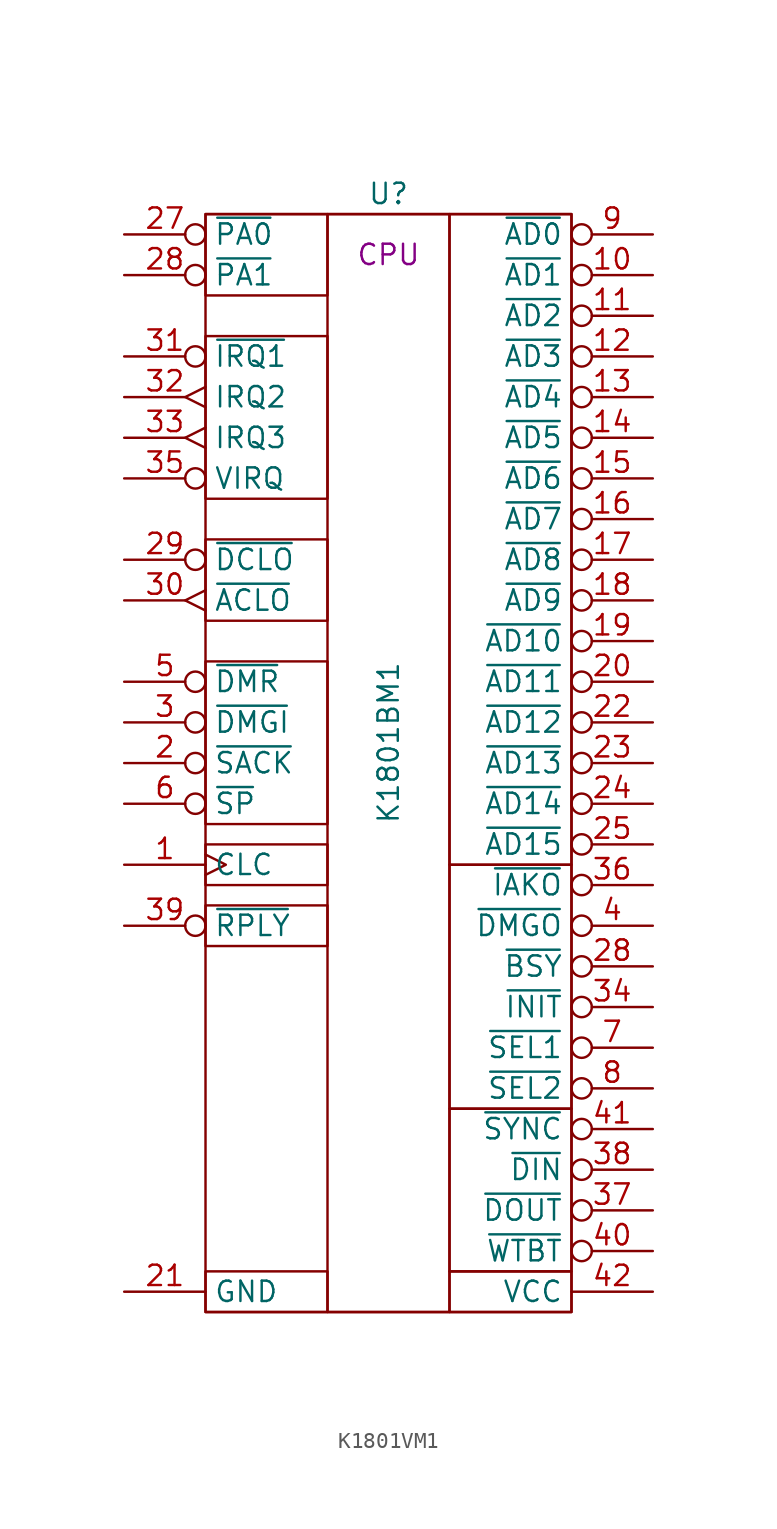
<source format=kicad_sym>
(kicad_symbol_lib
  (version 20220914)
  (generator kicad_symbol_editor)
  (symbol "K1801VM1"
    (property "Reference" "U"
      (at 0 0 0)
      (effects (font (size 1.27 1.27))))
    (property "Value" "К1801ВМ1"
      (at 0 -34.29 90)
      (do_not_autoplace)
      (effects (font (size 1.27 1.27))))
    (property "Class" "CPU"
      (at 0 -3.81 0)
      (do_not_autoplace)
      (effects (font (size 1.27 1.27))))
    (symbol "K1801VM1_0_1"
      (rectangle (start -11.43 -67.31) (end -3.81 -69.85) (stroke (width 0) (type default)) (fill (type none)))
      (rectangle (start -11.43 -44.45) (end -3.81 -46.99) (stroke (width 0) (type default)) (fill (type none)))
      (rectangle (start -11.43 -40.64) (end -3.81 -43.18) (stroke (width 0) (type default)) (fill (type none)))
      (rectangle (start -11.43 -29.21) (end -3.81 -39.37) (stroke (width 0) (type default)) (fill (type none)))
      (rectangle (start -11.43 -21.59) (end -3.81 -26.67) (stroke (width 0) (type default)) (fill (type none)))
      (rectangle (start -11.43 -8.89) (end -3.81 -19.05) (stroke (width 0) (type default)) (fill (type none)))
      (rectangle (start -11.43 -1.27) (end -3.81 -6.35) (stroke (width 0) (type default)) (fill (type none)))
      (rectangle (start -11.43 -1.27) (end 11.43 -69.85) (stroke (width 0) (type default)) (fill (type none)))
      (rectangle (start -3.81 -1.27) (end 3.81 -69.85) (stroke (width 0) (type default)) (fill (type none)))
      (rectangle (start 3.81 -67.31) (end 11.43 -69.85) (stroke (width 0) (type default)) (fill (type none)))
      (rectangle (start 3.81 -57.15) (end 11.43 -67.31) (stroke (width 0) (type default)) (fill (type none)))
      (rectangle (start 3.81 -41.91) (end 11.43 -57.15) (stroke (width 0) (type default)) (fill (type none)))
      (rectangle (start 3.81 -1.27) (end 11.43 -41.91) (stroke (width 0) (type default)) (fill (type none))))
    (symbol "K1801VM1_1_0"
      (pin input clock (at -16.51 -41.91 0) (length 5.08) (name "CLC" (effects (font (size 1.27 1.27)))) (number "1" (effects (font (size 1.27 1.27)))))
      (pin bidirectional inverted (at 16.51 -5.08 180) (length 5.08) (name "~{AD1}" (effects (font (size 1.27 1.27)))) (number "10" (effects (font (size 1.27 1.27)))))
      (pin bidirectional inverted (at 16.51 -7.62 180) (length 5.08) (name "~{AD2}" (effects (font (size 1.27 1.27)))) (number "11" (effects (font (size 1.27 1.27)))))
      (pin bidirectional inverted (at 16.51 -10.16 180) (length 5.08) (name "~{AD3}" (effects (font (size 1.27 1.27)))) (number "12" (effects (font (size 1.27 1.27)))))
      (pin bidirectional inverted (at 16.51 -12.7 180) (length 5.08) (name "~{AD4}" (effects (font (size 1.27 1.27)))) (number "13" (effects (font (size 1.27 1.27)))))
      (pin bidirectional inverted (at 16.51 -15.24 180) (length 5.08) (name "~{AD5}" (effects (font (size 1.27 1.27)))) (number "14" (effects (font (size 1.27 1.27)))))
      (pin bidirectional inverted (at 16.51 -17.78 180) (length 5.08) (name "~{AD6}" (effects (font (size 1.27 1.27)))) (number "15" (effects (font (size 1.27 1.27)))))
      (pin bidirectional inverted (at 16.51 -20.32 180) (length 5.08) (name "~{AD7}" (effects (font (size 1.27 1.27)))) (number "16" (effects (font (size 1.27 1.27)))))
      (pin bidirectional inverted (at 16.51 -22.86 180) (length 5.08) (name "~{AD8}" (effects (font (size 1.27 1.27)))) (number "17" (effects (font (size 1.27 1.27)))))
      (pin bidirectional inverted (at 16.51 -25.4 180) (length 5.08) (name "~{AD9}" (effects (font (size 1.27 1.27)))) (number "18" (effects (font (size 1.27 1.27)))))
      (pin bidirectional inverted (at 16.51 -27.94 180) (length 5.08) (name "~{AD10}" (effects (font (size 1.27 1.27)))) (number "19" (effects (font (size 1.27 1.27)))))
      (pin input inverted (at -16.51 -35.56 0) (length 5.08) (name "~{SACK}" (effects (font (size 1.27 1.27)))) (number "2" (effects (font (size 1.27 1.27)))))
      (pin bidirectional inverted (at 16.51 -30.48 180) (length 5.08) (name "~{AD11}" (effects (font (size 1.27 1.27)))) (number "20" (effects (font (size 1.27 1.27)))))
      (pin power_out line (at -16.51 -68.58 0) (length 5.08) (name "GND" (effects (font (size 1.27 1.27)))) (number "21" (effects (font (size 1.27 1.27)))))
      (pin bidirectional inverted (at 16.51 -33.02 180) (length 5.08) (name "~{AD12}" (effects (font (size 1.27 1.27)))) (number "22" (effects (font (size 1.27 1.27)))))
      (pin bidirectional inverted (at 16.51 -35.56 180) (length 5.08) (name "~{AD13}" (effects (font (size 1.27 1.27)))) (number "23" (effects (font (size 1.27 1.27)))))
      (pin bidirectional inverted (at 16.51 -38.1 180) (length 5.08) (name "~{AD14}" (effects (font (size 1.27 1.27)))) (number "24" (effects (font (size 1.27 1.27)))))
      (pin bidirectional inverted (at 16.51 -40.64 180) (length 5.08) (name "~{AD15}" (effects (font (size 1.27 1.27)))) (number "25" (effects (font (size 1.27 1.27)))))
      (pin open_collector inverted (at 16.51 -48.26 180) (length 5.08) (name "~{BSY}" (effects (font (size 1.27 1.27)))) (number "28" (effects (font (size 1.27 1.27)))))
      (pin input inverted (at -16.51 -5.08 0) (length 5.08) (name "~{PA1}" (effects (font (size 1.27 1.27)))) (number "28" (effects (font (size 1.27 1.27)))))
      (pin input inverted (at -16.51 -22.86 0) (length 5.08) (name "~{DCLO}" (effects (font (size 1.27 1.27)))) (number "29" (effects (font (size 1.27 1.27)))))
      (pin input inverted (at -16.51 -33.02 0) (length 5.08) (name "~{DMGI}" (effects (font (size 1.27 1.27)))) (number "3" (effects (font (size 1.27 1.27)))))
      (pin input edge_clock_high (at -16.51 -25.4 0) (length 5.08) (name "~{ACLO}" (effects (font (size 1.27 1.27)))) (number "30" (effects (font (size 1.27 1.27)))))
      (pin input inverted (at -16.51 -10.16 0) (length 5.08) (name "~{IRQ1}" (effects (font (size 1.27 1.27)))) (number "31" (effects (font (size 1.27 1.27)))))
      (pin input edge_clock_high (at -16.51 -12.7 0) (length 5.08) (name "IRQ2" (effects (font (size 1.27 1.27)))) (number "32" (effects (font (size 1.27 1.27)))))
      (pin input edge_clock_high (at -16.51 -15.24 0) (length 5.08) (name "IRQ3" (effects (font (size 1.27 1.27)))) (number "33" (effects (font (size 1.27 1.27)))))
      (pin open_collector inverted (at 16.51 -50.8 180) (length 5.08) (name "~{INIT}" (effects (font (size 1.27 1.27)))) (number "34" (effects (font (size 1.27 1.27)))))
      (pin input inverted (at -16.51 -17.78 0) (length 5.08) (name "VIRQ" (effects (font (size 1.27 1.27)))) (number "35" (effects (font (size 1.27 1.27)))))
      (pin tri_state inverted (at 16.51 -43.18 180) (length 5.08) (name "~{IAKO}" (effects (font (size 1.27 1.27)))) (number "36" (effects (font (size 1.27 1.27)))))
      (pin tri_state inverted (at 16.51 -63.5 180) (length 5.08) (name "~{DOUT}" (effects (font (size 1.27 1.27)))) (number "37" (effects (font (size 1.27 1.27)))))
      (pin tri_state inverted (at 16.51 -60.96 180) (length 5.08) (name "~{DIN}" (effects (font (size 1.27 1.27)))) (number "38" (effects (font (size 1.27 1.27)))))
      (pin open_collector inverted (at -16.51 -45.72 0) (length 5.08) (name "~{RPLY}" (effects (font (size 1.27 1.27)))) (number "39" (effects (font (size 1.27 1.27)))))
      (pin output inverted (at 16.51 -45.72 180) (length 5.08) (name "~{DMGO}" (effects (font (size 1.27 1.27)))) (number "4" (effects (font (size 1.27 1.27)))))
      (pin tri_state inverted (at 16.51 -66.04 180) (length 5.08) (name "~{WTBT}" (effects (font (size 1.27 1.27)))) (number "40" (effects (font (size 1.27 1.27)))))
      (pin output inverted (at 16.51 -58.42 180) (length 5.08) (name "~{SYNC}" (effects (font (size 1.27 1.27)))) (number "41" (effects (font (size 1.27 1.27)))))
      (pin power_in line (at 16.51 -68.58 180) (length 5.08) (name "VCC" (effects (font (size 1.27 1.27)))) (number "42" (effects (font (size 1.27 1.27)))))
      (pin input inverted (at -16.51 -30.48 0) (length 5.08) (name "~{DMR}" (effects (font (size 1.27 1.27)))) (number "5" (effects (font (size 1.27 1.27)))))
      (pin input inverted (at -16.51 -38.1 0) (length 5.08) (name "~{SP}" (effects (font (size 1.27 1.27)))) (number "6" (effects (font (size 1.27 1.27)))))
      (pin open_collector inverted (at 16.51 -53.34 180) (length 5.08) (name "~{SEL1}" (effects (font (size 1.27 1.27)))) (number "7" (effects (font (size 1.27 1.27)))))
      (pin open_collector inverted (at 16.51 -55.88 180) (length 5.08) (name "~{SEL2}" (effects (font (size 1.27 1.27)))) (number "8" (effects (font (size 1.27 1.27))))))
    (symbol "K1801VM1_1_1"
      (pin input inverted (at -16.51 -2.54 0) (length 5.08) (name "~{PA0}" (effects (font (size 1.27 1.27)))) (number "27" (effects (font (size 1.27 1.27)))))
      (pin bidirectional inverted (at 16.51 -2.54 180) (length 5.08) (name "~{AD0}" (effects (font (size 1.27 1.27)))) (number "9" (effects (font (size 1.27 1.27))))))))
</source>
